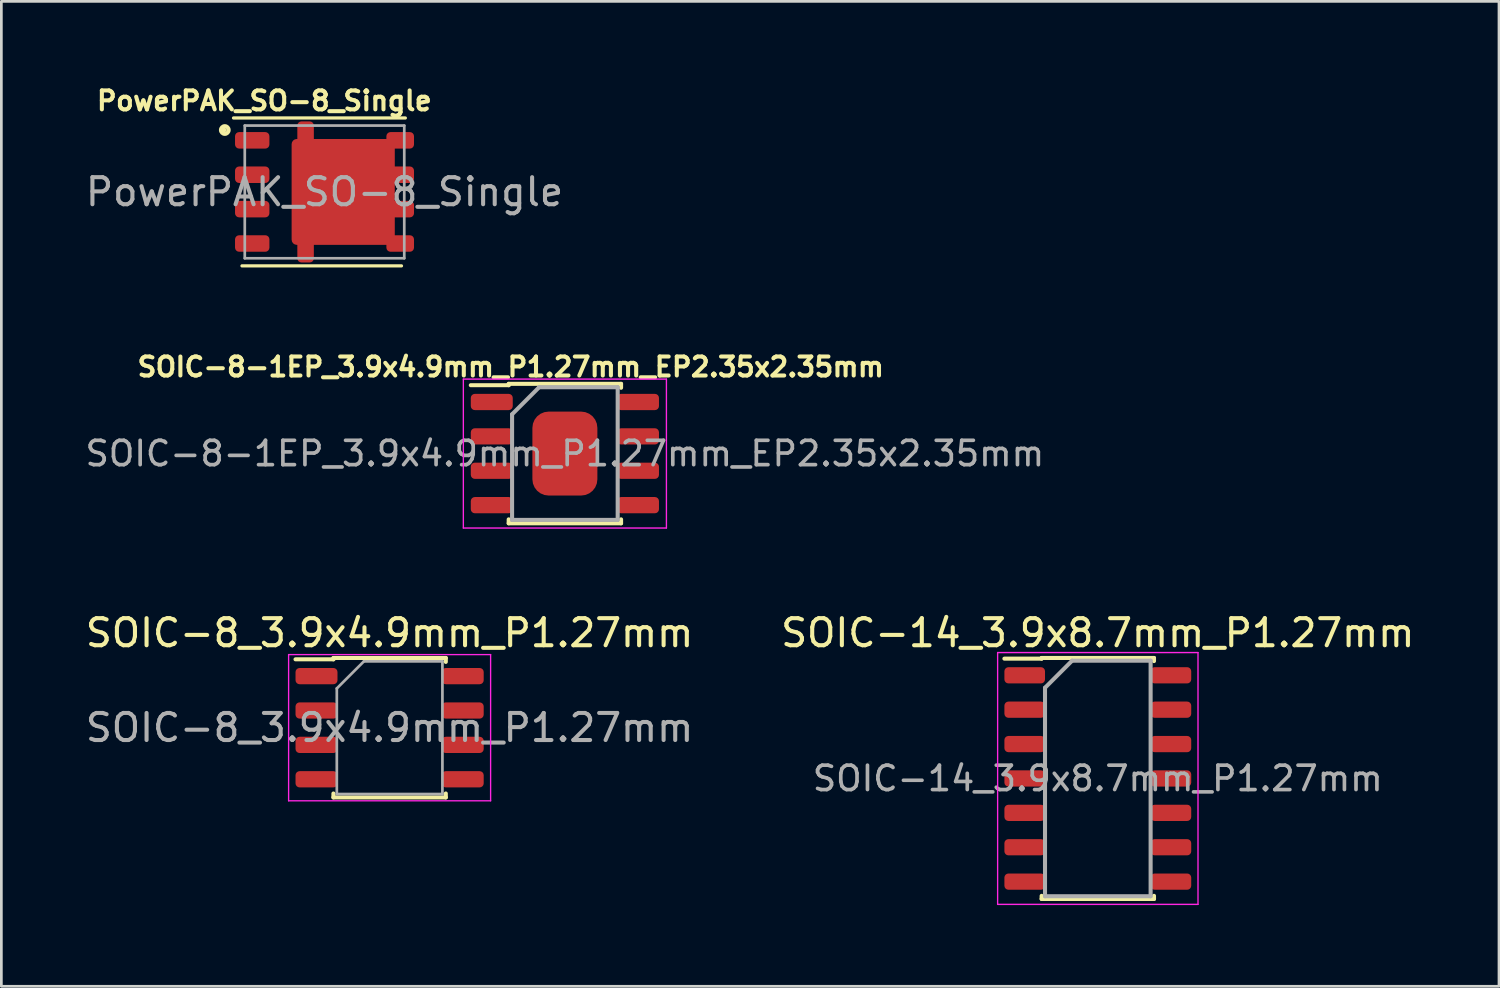
<source format=kicad_pcb>
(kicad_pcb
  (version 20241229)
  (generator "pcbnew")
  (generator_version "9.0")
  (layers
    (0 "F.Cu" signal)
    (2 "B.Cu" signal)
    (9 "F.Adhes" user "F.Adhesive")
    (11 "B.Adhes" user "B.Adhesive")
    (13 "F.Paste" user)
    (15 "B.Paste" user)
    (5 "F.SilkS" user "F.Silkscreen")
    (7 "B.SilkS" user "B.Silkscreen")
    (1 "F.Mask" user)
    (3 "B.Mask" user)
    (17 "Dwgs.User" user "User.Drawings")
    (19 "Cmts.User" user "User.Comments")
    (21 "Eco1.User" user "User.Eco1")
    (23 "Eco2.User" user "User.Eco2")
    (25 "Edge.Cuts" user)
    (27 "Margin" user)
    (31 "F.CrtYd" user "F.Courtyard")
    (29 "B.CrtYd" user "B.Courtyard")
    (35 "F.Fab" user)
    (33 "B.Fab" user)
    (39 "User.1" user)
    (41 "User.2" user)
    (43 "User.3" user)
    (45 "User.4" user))
  (footprint "SOIC-14_3.9x8.7mm_P1.27mm"
    (layer "F.Cu")
    (at 37.494 25.7)
    (property "Reference" "SOIC-14_3.9x8.7mm_P1.27mm" (at 0 -5.375 0) (layer "F.SilkS") (effects (font (size 1 1) (thickness 0.15))))
    (attr smd)
    (fp_line (start -2.075 -4.45) (end -2.075 -4.425) (stroke (width 0.15) (type solid)) (layer "F.SilkS"))
    (fp_line (start -2.075 -4.45) (end 2.075 -4.45) (stroke (width 0.15) (type solid)) (layer "F.SilkS"))
    (fp_line (start -2.075 -4.425) (end -3.45 -4.425) (stroke (width 0.15) (type solid)) (layer "F.SilkS"))
    (fp_line (start -2.075 4.45) (end -2.075 4.335) (stroke (width 0.15) (type solid)) (layer "F.SilkS"))
    (fp_line (start -2.075 4.45) (end 2.075 4.45) (stroke (width 0.15) (type solid)) (layer "F.SilkS"))
    (fp_line (start 2.075 -4.45) (end 2.075 -4.335) (stroke (width 0.15) (type solid)) (layer "F.SilkS"))
    (fp_line (start 2.075 4.45) (end 2.075 4.335) (stroke (width 0.15) (type solid)) (layer "F.SilkS"))
    (fp_line (start -3.7 -4.65) (end -3.7 4.65) (stroke (width 0.05) (type solid)) (layer "F.CrtYd"))
    (fp_line (start -3.7 -4.65) (end 3.7 -4.65) (stroke (width 0.05) (type solid)) (layer "F.CrtYd"))
    (fp_line (start -3.7 4.65) (end 3.7 4.65) (stroke (width 0.05) (type solid)) (layer "F.CrtYd"))
    (fp_line (start 3.7 -4.65) (end 3.7 4.65) (stroke (width 0.05) (type solid)) (layer "F.CrtYd"))
    (fp_line (start -1.95 -3.35) (end -0.95 -4.35) (stroke (width 0.15) (type solid)) (layer "F.Fab"))
    (fp_line (start -1.95 4.35) (end -1.95 -3.35) (stroke (width 0.15) (type solid)) (layer "F.Fab"))
    (fp_line (start -0.95 -4.35) (end 1.95 -4.35) (stroke (width 0.15) (type solid)) (layer "F.Fab"))
    (fp_line (start 1.95 -4.35) (end 1.95 4.35) (stroke (width 0.15) (type solid)) (layer "F.Fab"))
    (fp_line (start 1.95 4.35) (end -1.95 4.35) (stroke (width 0.15) (type solid)) (layer "F.Fab"))
    (fp_text user "${REFERENCE}" (at 0 0 0) (layer "F.Fab") (effects (font (size 0.9 0.9) (thickness 0.135))))
    (pad "1" smd roundrect (at -2.7 -3.81) (size 1.5 0.6) (layers "F.Cu" "F.Mask" "F.Paste") (roundrect_rratio 0.25))
    (pad "2" smd roundrect (at -2.7 -2.54) (size 1.5 0.6) (layers "F.Cu" "F.Mask" "F.Paste") (roundrect_rratio 0.25))
    (pad "3" smd roundrect (at -2.7 -1.27) (size 1.5 0.6) (layers "F.Cu" "F.Mask" "F.Paste") (roundrect_rratio 0.25))
    (pad "4" smd roundrect (at -2.7 0) (size 1.5 0.6) (layers "F.Cu" "F.Mask" "F.Paste") (roundrect_rratio 0.25))
    (pad "5" smd roundrect (at -2.7 1.27) (size 1.5 0.6) (layers "F.Cu" "F.Mask" "F.Paste") (roundrect_rratio 0.25))
    (pad "6" smd roundrect (at -2.7 2.54) (size 1.5 0.6) (layers "F.Cu" "F.Mask" "F.Paste") (roundrect_rratio 0.25))
    (pad "7" smd roundrect (at -2.7 3.81) (size 1.5 0.6) (layers "F.Cu" "F.Mask" "F.Paste") (roundrect_rratio 0.25))
    (pad "8" smd roundrect (at 2.7 3.81) (size 1.5 0.6) (layers "F.Cu" "F.Mask" "F.Paste") (roundrect_rratio 0.25))
    (pad "9" smd roundrect (at 2.7 2.54) (size 1.5 0.6) (layers "F.Cu" "F.Mask" "F.Paste") (roundrect_rratio 0.25))
    (pad "10" smd roundrect (at 2.7 1.27) (size 1.5 0.6) (layers "F.Cu" "F.Mask" "F.Paste") (roundrect_rratio 0.25))
    (pad "11" smd roundrect (at 2.7 0) (size 1.5 0.6) (layers "F.Cu" "F.Mask" "F.Paste") (roundrect_rratio 0.25))
    (pad "12" smd roundrect (at 2.7 -1.27) (size 1.5 0.6) (layers "F.Cu" "F.Mask" "F.Paste") (roundrect_rratio 0.25))
    (pad "13" smd roundrect (at 2.7 -2.54) (size 1.5 0.6) (layers "F.Cu" "F.Mask" "F.Paste") (roundrect_rratio 0.25))
    (pad "14" smd roundrect (at 2.7 -3.81) (size 1.5 0.6) (layers "F.Cu" "F.Mask" "F.Paste") (roundrect_rratio 0.25)))
  (footprint "SOIC-8-1EP_3.9x4.9mm_P1.27mm_EP2.35x2.35mm"
    (layer "F.Cu")
    (at 17.812 13.701)
    (property "Reference" "SOIC-8-1EP_3.9x4.9mm_P1.27mm_EP2.35x2.35mm" (at -2 -3.2 0) (layer "F.SilkS") (effects (font (size 0.7 0.7) (thickness 0.15))))
    (attr smd)
    (fp_line (start -2.075 -2.575) (end -2.075 -2.525) (stroke (width 0.15) (type solid)) (layer "F.SilkS"))
    (fp_line (start -2.075 -2.575) (end 2.075 -2.575) (stroke (width 0.15) (type solid)) (layer "F.SilkS"))
    (fp_line (start -2.075 -2.525) (end -3.475 -2.525) (stroke (width 0.15) (type solid)) (layer "F.SilkS"))
    (fp_line (start -2.075 2.575) (end -2.075 2.43) (stroke (width 0.15) (type solid)) (layer "F.SilkS"))
    (fp_line (start -2.075 2.575) (end 2.075 2.575) (stroke (width 0.15) (type solid)) (layer "F.SilkS"))
    (fp_line (start 2.075 -2.575) (end 2.075 -2.43) (stroke (width 0.15) (type solid)) (layer "F.SilkS"))
    (fp_line (start 2.075 2.575) (end 2.075 2.43) (stroke (width 0.15) (type solid)) (layer "F.SilkS"))
    (fp_line (start -3.75 -2.75) (end -3.75 2.75) (stroke (width 0.05) (type solid)) (layer "F.CrtYd"))
    (fp_line (start -3.75 -2.75) (end 3.75 -2.75) (stroke (width 0.05) (type solid)) (layer "F.CrtYd"))
    (fp_line (start -3.75 2.75) (end 3.75 2.75) (stroke (width 0.05) (type solid)) (layer "F.CrtYd"))
    (fp_line (start 3.75 -2.75) (end 3.75 2.75) (stroke (width 0.05) (type solid)) (layer "F.CrtYd"))
    (fp_line (start -1.95 -1.45) (end -0.95 -2.45) (stroke (width 0.15) (type solid)) (layer "F.Fab"))
    (fp_line (start -1.95 2.45) (end -1.95 -1.45) (stroke (width 0.15) (type solid)) (layer "F.Fab"))
    (fp_line (start -0.95 -2.45) (end 1.95 -2.45) (stroke (width 0.15) (type solid)) (layer "F.Fab"))
    (fp_line (start 1.95 -2.45) (end 1.95 2.45) (stroke (width 0.15) (type solid)) (layer "F.Fab"))
    (fp_line (start 1.95 2.45) (end -1.95 2.45) (stroke (width 0.15) (type solid)) (layer "F.Fab"))
    (fp_text user "${REFERENCE}" (at 0 0 0) (layer "F.Fab") (effects (font (size 0.9 0.9) (thickness 0.135))))
    (pad "" smd roundrect (at -0.588 -0.588) (size 0.95 0.95) (layers "F.Paste") (roundrect_rratio 0.25))
    (pad "" smd roundrect (at -0.588 0.588) (size 0.95 0.95) (layers "F.Paste") (roundrect_rratio 0.25))
    (pad "" smd roundrect (at 0.588 -0.588) (size 0.95 0.95) (layers "F.Paste") (roundrect_rratio 0.25))
    (pad "" smd roundrect (at 0.588 0.588) (size 0.95 0.95) (layers "F.Paste") (roundrect_rratio 0.25))
    (pad "1" smd roundrect (at -2.7 -1.905) (size 1.55 0.6) (layers "F.Cu" "F.Mask" "F.Paste") (roundrect_rratio 0.25))
    (pad "2" smd roundrect (at -2.7 -0.635) (size 1.55 0.6) (layers "F.Cu" "F.Mask" "F.Paste") (roundrect_rratio 0.25))
    (pad "3" smd roundrect (at -2.7 0.635) (size 1.55 0.6) (layers "F.Cu" "F.Mask" "F.Paste") (roundrect_rratio 0.25))
    (pad "4" smd roundrect (at -2.7 1.905) (size 1.55 0.6) (layers "F.Cu" "F.Mask" "F.Paste") (roundrect_rratio 0.25))
    (pad "5" smd roundrect (at 2.7 1.905) (size 1.55 0.6) (layers "F.Cu" "F.Mask" "F.Paste") (roundrect_rratio 0.25))
    (pad "6" smd roundrect (at 2.7 0.635) (size 1.55 0.6) (layers "F.Cu" "F.Mask" "F.Paste") (roundrect_rratio 0.25))
    (pad "7" smd roundrect (at 2.7 -0.635) (size 1.55 0.6) (layers "F.Cu" "F.Mask" "F.Paste") (roundrect_rratio 0.25))
    (pad "8" smd roundrect (at 2.7 -1.905) (size 1.55 0.6) (layers "F.Cu" "F.Mask" "F.Paste") (roundrect_rratio 0.25))
    (pad "9" smd roundrect (at 0 0) (size 2.4 3.1) (layers "F.Cu" "F.Mask") (roundrect_rratio 0.25)))
  (footprint "SOIC-8_3.9x4.9mm_P1.27mm"
    (layer "F.Cu")
    (at 11.339 23.825)
    (property "Reference" "SOIC-8_3.9x4.9mm_P1.27mm" (at 0 -3.5 0) (layer "F.SilkS") (effects (font (size 1 1) (thickness 0.15))))
    (attr smd)
    (fp_line (start -2.075 -2.575) (end -2.075 -2.525) (stroke (width 0.15) (type solid)) (layer "F.SilkS"))
    (fp_line (start -2.075 -2.575) (end 2.075 -2.575) (stroke (width 0.15) (type solid)) (layer "F.SilkS"))
    (fp_line (start -2.075 -2.525) (end -3.475 -2.525) (stroke (width 0.15) (type solid)) (layer "F.SilkS"))
    (fp_line (start -2.075 2.575) (end -2.075 2.43) (stroke (width 0.15) (type solid)) (layer "F.SilkS"))
    (fp_line (start -2.075 2.575) (end 2.075 2.575) (stroke (width 0.15) (type solid)) (layer "F.SilkS"))
    (fp_line (start 2.075 -2.575) (end 2.075 -2.43) (stroke (width 0.15) (type solid)) (layer "F.SilkS"))
    (fp_line (start 2.075 2.575) (end 2.075 2.43) (stroke (width 0.15) (type solid)) (layer "F.SilkS"))
    (fp_line (start -3.73 -2.7) (end -3.73 2.7) (stroke (width 0.05) (type solid)) (layer "F.CrtYd"))
    (fp_line (start -3.73 -2.7) (end 3.73 -2.7) (stroke (width 0.05) (type solid)) (layer "F.CrtYd"))
    (fp_line (start -3.73 2.7) (end 3.73 2.7) (stroke (width 0.05) (type solid)) (layer "F.CrtYd"))
    (fp_line (start 3.73 -2.7) (end 3.73 2.7) (stroke (width 0.05) (type solid)) (layer "F.CrtYd"))
    (fp_line (start -1.95 -1.45) (end -0.95 -2.45) (stroke (width 0.1) (type solid)) (layer "F.Fab"))
    (fp_line (start -1.95 2.45) (end -1.95 -1.45) (stroke (width 0.1) (type solid)) (layer "F.Fab"))
    (fp_line (start -0.95 -2.45) (end 1.95 -2.45) (stroke (width 0.1) (type solid)) (layer "F.Fab"))
    (fp_line (start 1.95 -2.45) (end 1.95 2.45) (stroke (width 0.1) (type solid)) (layer "F.Fab"))
    (fp_line (start 1.95 2.45) (end -1.95 2.45) (stroke (width 0.1) (type solid)) (layer "F.Fab"))
    (fp_text user "${REFERENCE}" (at 0 0 0) (layer "F.Fab") (effects (font (size 1 1) (thickness 0.15))))
    (pad "1" smd roundrect (at -2.7 -1.905) (size 1.55 0.6) (layers "F.Cu" "F.Mask" "F.Paste") (roundrect_rratio 0.25))
    (pad "2" smd roundrect (at -2.7 -0.635) (size 1.55 0.6) (layers "F.Cu" "F.Mask" "F.Paste") (roundrect_rratio 0.25))
    (pad "3" smd roundrect (at -2.7 0.635) (size 1.55 0.6) (layers "F.Cu" "F.Mask" "F.Paste") (roundrect_rratio 0.25))
    (pad "4" smd roundrect (at -2.7 1.905) (size 1.55 0.6) (layers "F.Cu" "F.Mask" "F.Paste") (roundrect_rratio 0.25))
    (pad "5" smd roundrect (at 2.7 1.905) (size 1.55 0.6) (layers "F.Cu" "F.Mask" "F.Paste") (roundrect_rratio 0.25))
    (pad "6" smd roundrect (at 2.7 0.635) (size 1.55 0.6) (layers "F.Cu" "F.Mask" "F.Paste") (roundrect_rratio 0.25))
    (pad "7" smd roundrect (at 2.7 -0.635) (size 1.55 0.6) (layers "F.Cu" "F.Mask" "F.Paste") (roundrect_rratio 0.25))
    (pad "8" smd roundrect (at 2.7 -1.905) (size 1.55 0.6) (layers "F.Cu" "F.Mask" "F.Paste") (roundrect_rratio 0.25)))
  (footprint "PowerPAK_SO-8_Single"
    (layer "F.Cu")
    (at 8.935 4.038)
    (property "Reference" "PowerPAK_SO-8_Single" (at -2.223 -3.365 0) (layer "F.SilkS") (effects (font (size 0.7 0.7) (thickness 0.15))))
    (attr smd)
    (fp_line (start -3.747 -2.286) (end -3.683 -2.286) (stroke (width 0.15) (type solid)) (layer "F.SilkS"))
    (fp_line (start -3.361 -2.731) (end 2.985 -2.731) (stroke (width 0.12) (type solid)) (layer "F.SilkS"))
    (fp_line (start -3.048 2.731) (end 2.842 2.731) (stroke (width 0.12) (type solid)) (layer "F.SilkS"))
    (fp_circle (center -3.683 -2.286) (end -3.619 -2.413) (stroke (width 0.15) (type solid)) (fill no) (layer "F.SilkS"))
    (fp_line (start -2.945 -2.45) (end 2.945 -2.45) (stroke (width 0.1) (type solid)) (layer "F.Fab"))
    (fp_line (start -2.945 2.45) (end -2.945 -2.45) (stroke (width 0.1) (type solid)) (layer "F.Fab"))
    (fp_line (start 2.945 -2.45) (end 2.945 2.45) (stroke (width 0.1) (type solid)) (layer "F.Fab"))
    (fp_line (start 2.945 2.45) (end -2.945 2.45) (stroke (width 0.1) (type solid)) (layer "F.Fab"))
    (fp_text user "${REFERENCE}" (at 0 0 0) (layer "F.Fab") (effects (font (size 1 1) (thickness 0.15))))
    (pad "1" smd roundrect (at -2.67 -1.905) (size 1.27 0.61) (layers "F.Cu" "F.Mask" "F.Paste") (roundrect_rratio 0.25))
    (pad "2" smd roundrect (at -2.67 -0.635) (size 1.27 0.61) (layers "F.Cu" "F.Mask" "F.Paste") (roundrect_rratio 0.25))
    (pad "3" smd roundrect (at -2.67 0.635) (size 1.27 0.61) (layers "F.Cu" "F.Mask" "F.Paste") (roundrect_rratio 0.25))
    (pad "4" smd roundrect (at -2.67 1.905) (size 1.27 0.61) (layers "F.Cu" "F.Mask" "F.Paste") (roundrect_rratio 0.25))
    (pad "5" smd roundrect (at -0.699 -2.095 90) (size 1.02 0.61) (layers "F.Cu" "F.Mask" "F.Paste") (roundrect_rratio 0.25))
    (pad "5" smd roundrect (at -0.699 2.095 90) (size 1.02 0.61) (layers "F.Cu" "F.Mask" "F.Paste") (roundrect_rratio 0.25))
    (pad "5" smd roundrect (at 0.69 0) (size 3.81 3.91) (layers "F.Cu" "F.Mask" "F.Paste") (roundrect_rratio 0.05))
    (pad "5" smd roundrect (at 2.795 -1.905) (size 1.02 0.61) (layers "F.Cu" "F.Mask" "F.Paste") (roundrect_rratio 0.25))
    (pad "5" smd roundrect (at 2.795 -0.635) (size 1.02 0.61) (layers "F.Cu" "F.Mask" "F.Paste") (roundrect_rratio 0.25))
    (pad "5" smd roundrect (at 2.795 0.635) (size 1.02 0.61) (layers "F.Cu" "F.Mask" "F.Paste") (roundrect_rratio 0.25))
    (pad "5" smd roundrect (at 2.795 1.905) (size 1.02 0.61) (layers "F.Cu" "F.Mask" "F.Paste") (roundrect_rratio 0.25)))
  (gr_rect
    (start -3 -3)
    (end 52.31 33.375)
    (stroke (width 0.1) (type default))
    (fill no)
    (layer "Edge.Cuts")))
</source>
